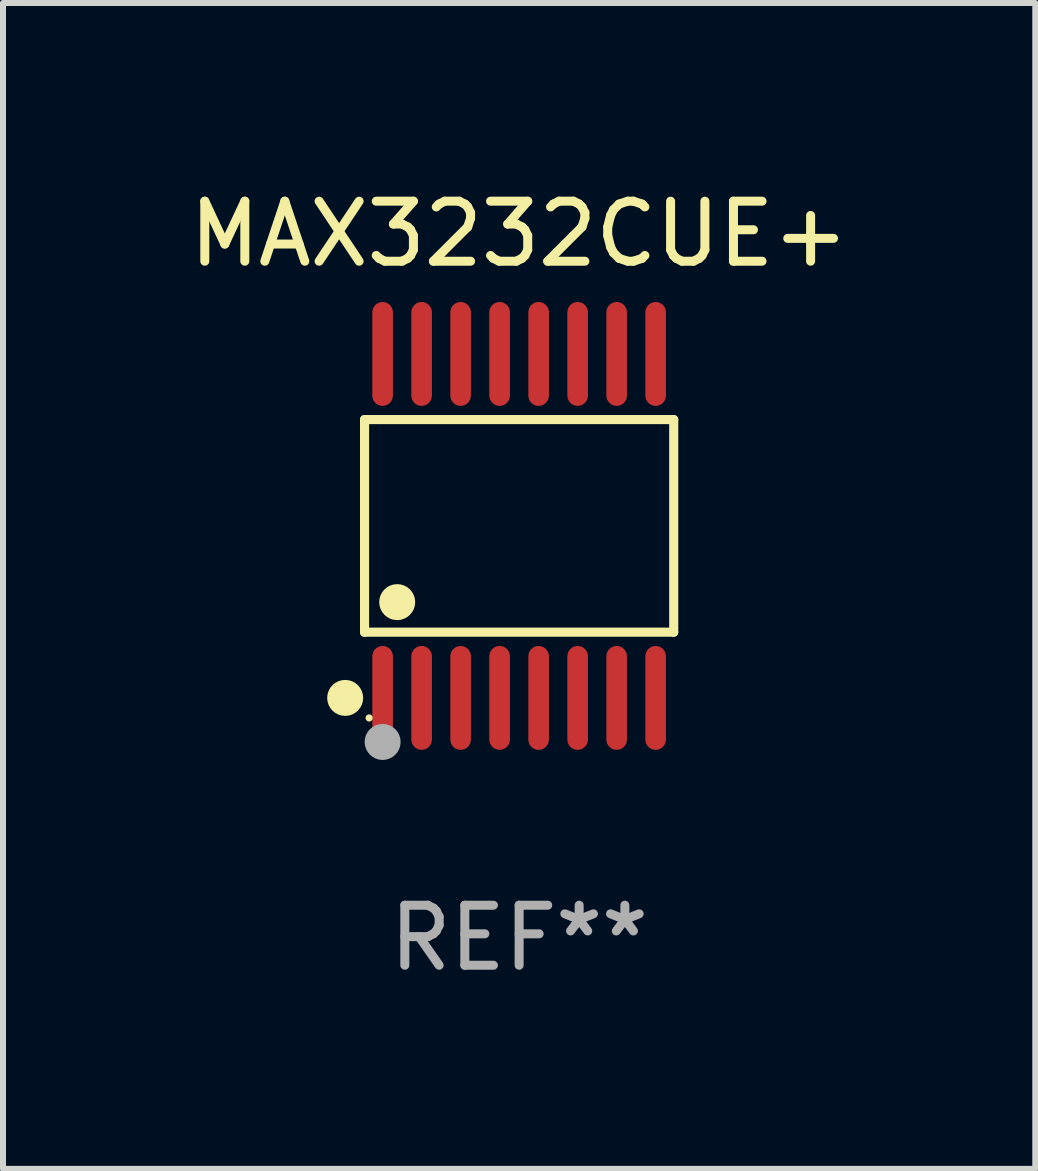
<source format=kicad_pcb>
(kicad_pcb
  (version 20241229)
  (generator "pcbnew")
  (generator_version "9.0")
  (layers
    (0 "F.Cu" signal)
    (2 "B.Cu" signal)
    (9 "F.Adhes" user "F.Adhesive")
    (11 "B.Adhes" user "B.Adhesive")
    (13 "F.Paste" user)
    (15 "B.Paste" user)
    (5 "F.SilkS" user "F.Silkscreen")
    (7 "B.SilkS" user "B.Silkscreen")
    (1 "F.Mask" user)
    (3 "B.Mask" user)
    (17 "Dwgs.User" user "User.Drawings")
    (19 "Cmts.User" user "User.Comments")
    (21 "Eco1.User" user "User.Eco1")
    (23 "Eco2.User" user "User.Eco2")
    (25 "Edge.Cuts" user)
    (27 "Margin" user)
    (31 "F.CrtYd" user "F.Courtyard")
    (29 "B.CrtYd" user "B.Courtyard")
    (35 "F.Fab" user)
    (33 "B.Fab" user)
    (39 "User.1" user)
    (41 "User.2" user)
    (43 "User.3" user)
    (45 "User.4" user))
  (footprint "MAX3232CUE+"
    (layer "F.Cu")
    (at 5.601 5.714)
    (property "Reference" "MAX3232CUE+" (at 0 -4.866 0) (layer "F.SilkS") (effects (font (size 1 1) (thickness 0.15))))
    (attr through_hole)
    (fp_line (start -2.576 -1.772) (end 2.576 -1.772) (stroke (width 0.152) (type solid)) (layer "F.SilkS"))
    (fp_line (start -2.576 1.771) (end -2.576 -1.772) (stroke (width 0.152) (type solid)) (layer "F.SilkS"))
    (fp_line (start 2.576 -1.772) (end 2.576 1.771) (stroke (width 0.152) (type solid)) (layer "F.SilkS"))
    (fp_line (start 2.576 1.771) (end -2.576 1.771) (stroke (width 0.152) (type solid)) (layer "F.SilkS"))
    (fp_circle (center -2.899 2.866) (end -2.749 2.866) (stroke (width 0.3) (type solid)) (fill no) (layer "F.SilkS"))
    (fp_circle (center -2.5 3.2) (end -2.47 3.2) (stroke (width 0.06) (type solid)) (fill no) (layer "F.SilkS"))
    (fp_circle (center -2.032 1.27) (end -1.882 1.27) (stroke (width 0.3) (type solid)) (fill no) (layer "F.SilkS"))
    (fp_circle (center -2.275 3.6) (end -2.125 3.6) (stroke (width 0.3) (type solid)) (fill no) (layer "F.Fab"))
    (fp_text user "REF**" (at 0 6.866 0) (layer "F.Fab") (effects (font (size 1 1) (thickness 0.15))))
    (pad "1" smd oval (at -2.275 2.866) (size 0.343 1.731) (layers "F.Cu" "F.Mask" "F.Paste"))
    (pad "2" smd oval (at -1.625 2.866) (size 0.343 1.731) (layers "F.Cu" "F.Mask" "F.Paste"))
    (pad "3" smd oval (at -0.975 2.866) (size 0.343 1.731) (layers "F.Cu" "F.Mask" "F.Paste"))
    (pad "4" smd oval (at -0.325 2.866) (size 0.343 1.731) (layers "F.Cu" "F.Mask" "F.Paste"))
    (pad "5" smd oval (at 0.325 2.866) (size 0.343 1.731) (layers "F.Cu" "F.Mask" "F.Paste"))
    (pad "6" smd oval (at 0.975 2.866) (size 0.343 1.731) (layers "F.Cu" "F.Mask" "F.Paste"))
    (pad "7" smd oval (at 1.625 2.866) (size 0.343 1.731) (layers "F.Cu" "F.Mask" "F.Paste"))
    (pad "8" smd oval (at 2.275 2.866) (size 0.343 1.731) (layers "F.Cu" "F.Mask" "F.Paste"))
    (pad "9" smd oval (at 2.275 -2.866) (size 0.343 1.731) (layers "F.Cu" "F.Mask" "F.Paste"))
    (pad "10" smd oval (at 1.625 -2.866) (size 0.343 1.731) (layers "F.Cu" "F.Mask" "F.Paste"))
    (pad "11" smd oval (at 0.975 -2.866) (size 0.343 1.731) (layers "F.Cu" "F.Mask" "F.Paste"))
    (pad "12" smd oval (at 0.325 -2.866) (size 0.343 1.731) (layers "F.Cu" "F.Mask" "F.Paste"))
    (pad "13" smd oval (at -0.325 -2.866) (size 0.343 1.731) (layers "F.Cu" "F.Mask" "F.Paste"))
    (pad "14" smd oval (at -0.975 -2.866) (size 0.343 1.731) (layers "F.Cu" "F.Mask" "F.Paste"))
    (pad "15" smd oval (at -1.625 -2.866) (size 0.343 1.731) (layers "F.Cu" "F.Mask" "F.Paste"))
    (pad "16" smd oval (at -2.275 -2.866) (size 0.343 1.731) (layers "F.Cu" "F.Mask" "F.Paste")))
  (gr_rect
    (start -3 -3)
    (end 14.202 16.428)
    (stroke (width 0.1) (type default))
    (fill no)
    (layer "Edge.Cuts")))
</source>
